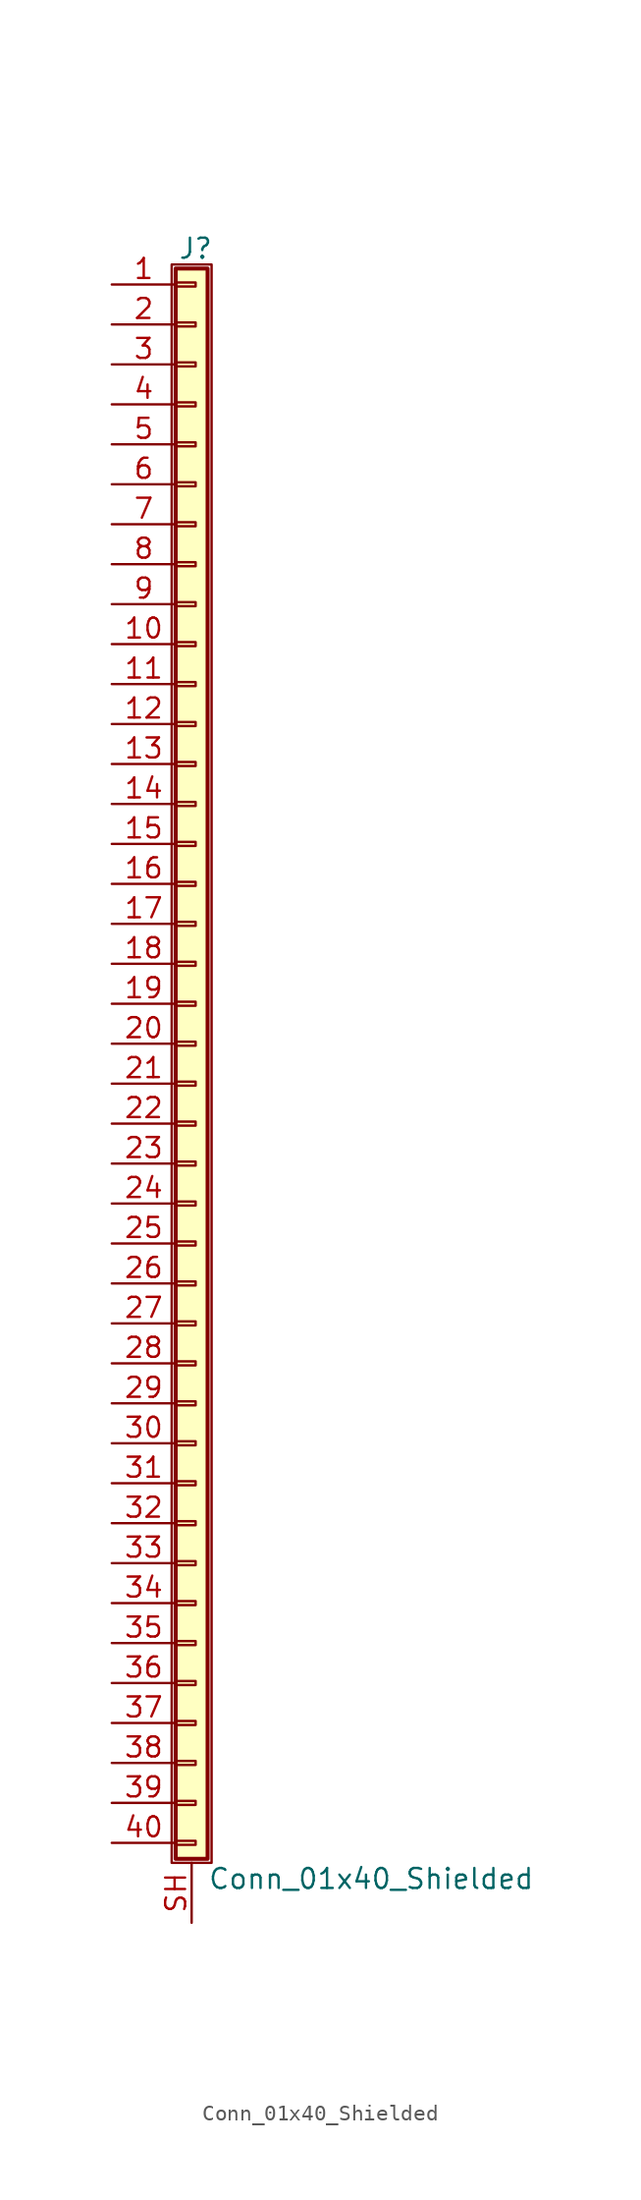
<source format=kicad_sym>
(kicad_symbol_lib
  (version 20211014)
  (generator kicad_symbol_editor)
  (symbol "Conn_01x40_Shielded"
    (pin_names
      (offset 1.016) hide)
    (property "Reference" "J"
      (at 0.254 50.546 0)
      (effects (font (size 1.27 1.27))))
    (property "Value" "Conn_01x40_Shielded"
      (at 1.016 -53.086 0)
      (effects (font (size 1.27 1.27)) (justify left)))
    (symbol "Conn_01x40_Shielded_1_1"
      (rectangle (start -1.27 49.53) (end 1.27 -52.07) (stroke (width 0.152) (type default) (color 0 0 0 0)) (fill (type none)))
      (rectangle (start -1.016 -50.673) (end 0.254 -50.927) (stroke (width 0.152) (type default) (color 0 0 0 0)) (fill (type none)))
      (rectangle (start -1.016 -48.133) (end 0.254 -48.387) (stroke (width 0.152) (type default) (color 0 0 0 0)) (fill (type none)))
      (rectangle (start -1.016 -45.593) (end 0.254 -45.847) (stroke (width 0.152) (type default) (color 0 0 0 0)) (fill (type none)))
      (rectangle (start -1.016 -43.053) (end 0.254 -43.307) (stroke (width 0.152) (type default) (color 0 0 0 0)) (fill (type none)))
      (rectangle (start -1.016 -40.513) (end 0.254 -40.767) (stroke (width 0.152) (type default) (color 0 0 0 0)) (fill (type none)))
      (rectangle (start -1.016 -37.973) (end 0.254 -38.227) (stroke (width 0.152) (type default) (color 0 0 0 0)) (fill (type none)))
      (rectangle (start -1.016 -35.433) (end 0.254 -35.687) (stroke (width 0.152) (type default) (color 0 0 0 0)) (fill (type none)))
      (rectangle (start -1.016 -32.893) (end 0.254 -33.147) (stroke (width 0.152) (type default) (color 0 0 0 0)) (fill (type none)))
      (rectangle (start -1.016 -30.353) (end 0.254 -30.607) (stroke (width 0.152) (type default) (color 0 0 0 0)) (fill (type none)))
      (rectangle (start -1.016 -27.813) (end 0.254 -28.067) (stroke (width 0.152) (type default) (color 0 0 0 0)) (fill (type none)))
      (rectangle (start -1.016 -25.273) (end 0.254 -25.527) (stroke (width 0.152) (type default) (color 0 0 0 0)) (fill (type none)))
      (rectangle (start -1.016 -22.733) (end 0.254 -22.987) (stroke (width 0.152) (type default) (color 0 0 0 0)) (fill (type none)))
      (rectangle (start -1.016 -20.193) (end 0.254 -20.447) (stroke (width 0.152) (type default) (color 0 0 0 0)) (fill (type none)))
      (rectangle (start -1.016 -17.653) (end 0.254 -17.907) (stroke (width 0.152) (type default) (color 0 0 0 0)) (fill (type none)))
      (rectangle (start -1.016 -15.113) (end 0.254 -15.367) (stroke (width 0.152) (type default) (color 0 0 0 0)) (fill (type none)))
      (rectangle (start -1.016 -12.573) (end 0.254 -12.827) (stroke (width 0.152) (type default) (color 0 0 0 0)) (fill (type none)))
      (rectangle (start -1.016 -10.033) (end 0.254 -10.287) (stroke (width 0.152) (type default) (color 0 0 0 0)) (fill (type none)))
      (rectangle (start -1.016 -7.493) (end 0.254 -7.747) (stroke (width 0.152) (type default) (color 0 0 0 0)) (fill (type none)))
      (rectangle (start -1.016 -4.953) (end 0.254 -5.207) (stroke (width 0.152) (type default) (color 0 0 0 0)) (fill (type none)))
      (rectangle (start -1.016 -2.413) (end 0.254 -2.667) (stroke (width 0.152) (type default) (color 0 0 0 0)) (fill (type none)))
      (rectangle (start -1.016 0.127) (end 0.254 -0.127) (stroke (width 0.152) (type default) (color 0 0 0 0)) (fill (type none)))
      (rectangle (start -1.016 2.667) (end 0.254 2.413) (stroke (width 0.152) (type default) (color 0 0 0 0)) (fill (type none)))
      (rectangle (start -1.016 5.207) (end 0.254 4.953) (stroke (width 0.152) (type default) (color 0 0 0 0)) (fill (type none)))
      (rectangle (start -1.016 7.747) (end 0.254 7.493) (stroke (width 0.152) (type default) (color 0 0 0 0)) (fill (type none)))
      (rectangle (start -1.016 10.287) (end 0.254 10.033) (stroke (width 0.152) (type default) (color 0 0 0 0)) (fill (type none)))
      (rectangle (start -1.016 12.827) (end 0.254 12.573) (stroke (width 0.152) (type default) (color 0 0 0 0)) (fill (type none)))
      (rectangle (start -1.016 15.367) (end 0.254 15.113) (stroke (width 0.152) (type default) (color 0 0 0 0)) (fill (type none)))
      (rectangle (start -1.016 17.907) (end 0.254 17.653) (stroke (width 0.152) (type default) (color 0 0 0 0)) (fill (type none)))
      (rectangle (start -1.016 20.447) (end 0.254 20.193) (stroke (width 0.152) (type default) (color 0 0 0 0)) (fill (type none)))
      (rectangle (start -1.016 22.987) (end 0.254 22.733) (stroke (width 0.152) (type default) (color 0 0 0 0)) (fill (type none)))
      (rectangle (start -1.016 25.527) (end 0.254 25.273) (stroke (width 0.152) (type default) (color 0 0 0 0)) (fill (type none)))
      (rectangle (start -1.016 28.067) (end 0.254 27.813) (stroke (width 0.152) (type default) (color 0 0 0 0)) (fill (type none)))
      (rectangle (start -1.016 30.607) (end 0.254 30.353) (stroke (width 0.152) (type default) (color 0 0 0 0)) (fill (type none)))
      (rectangle (start -1.016 33.147) (end 0.254 32.893) (stroke (width 0.152) (type default) (color 0 0 0 0)) (fill (type none)))
      (rectangle (start -1.016 35.687) (end 0.254 35.433) (stroke (width 0.152) (type default) (color 0 0 0 0)) (fill (type none)))
      (rectangle (start -1.016 38.227) (end 0.254 37.973) (stroke (width 0.152) (type default) (color 0 0 0 0)) (fill (type none)))
      (rectangle (start -1.016 40.767) (end 0.254 40.513) (stroke (width 0.152) (type default) (color 0 0 0 0)) (fill (type none)))
      (rectangle (start -1.016 43.307) (end 0.254 43.053) (stroke (width 0.152) (type default) (color 0 0 0 0)) (fill (type none)))
      (rectangle (start -1.016 45.847) (end 0.254 45.593) (stroke (width 0.152) (type default) (color 0 0 0 0)) (fill (type none)))
      (rectangle (start -1.016 48.387) (end 0.254 48.133) (stroke (width 0.152) (type default) (color 0 0 0 0)) (fill (type none)))
      (rectangle (start -1.016 49.276) (end 1.016 -51.816) (stroke (width 0.254) (type default) (color 0 0 0 0)) (fill (type background)))
      (pin passive line (at -5.08 48.26 0) (length 4.064) (name "Pin_1" (effects (font (size 1.27 1.27)))) (number "1" (effects (font (size 1.27 1.27)))))
      (pin passive line (at -5.08 25.4 0) (length 4.064) (name "Pin_10" (effects (font (size 1.27 1.27)))) (number "10" (effects (font (size 1.27 1.27)))))
      (pin passive line (at -5.08 22.86 0) (length 4.064) (name "Pin_11" (effects (font (size 1.27 1.27)))) (number "11" (effects (font (size 1.27 1.27)))))
      (pin passive line (at -5.08 20.32 0) (length 4.064) (name "Pin_12" (effects (font (size 1.27 1.27)))) (number "12" (effects (font (size 1.27 1.27)))))
      (pin passive line (at -5.08 17.78 0) (length 4.064) (name "Pin_13" (effects (font (size 1.27 1.27)))) (number "13" (effects (font (size 1.27 1.27)))))
      (pin passive line (at -5.08 15.24 0) (length 4.064) (name "Pin_14" (effects (font (size 1.27 1.27)))) (number "14" (effects (font (size 1.27 1.27)))))
      (pin passive line (at -5.08 12.7 0) (length 4.064) (name "Pin_15" (effects (font (size 1.27 1.27)))) (number "15" (effects (font (size 1.27 1.27)))))
      (pin passive line (at -5.08 10.16 0) (length 4.064) (name "Pin_16" (effects (font (size 1.27 1.27)))) (number "16" (effects (font (size 1.27 1.27)))))
      (pin passive line (at -5.08 7.62 0) (length 4.064) (name "Pin_17" (effects (font (size 1.27 1.27)))) (number "17" (effects (font (size 1.27 1.27)))))
      (pin passive line (at -5.08 5.08 0) (length 4.064) (name "Pin_18" (effects (font (size 1.27 1.27)))) (number "18" (effects (font (size 1.27 1.27)))))
      (pin passive line (at -5.08 2.54 0) (length 4.064) (name "Pin_19" (effects (font (size 1.27 1.27)))) (number "19" (effects (font (size 1.27 1.27)))))
      (pin passive line (at -5.08 45.72 0) (length 4.064) (name "Pin_2" (effects (font (size 1.27 1.27)))) (number "2" (effects (font (size 1.27 1.27)))))
      (pin passive line (at -5.08 0 0) (length 4.064) (name "Pin_20" (effects (font (size 1.27 1.27)))) (number "20" (effects (font (size 1.27 1.27)))))
      (pin passive line (at -5.08 -2.54 0) (length 4.064) (name "Pin_21" (effects (font (size 1.27 1.27)))) (number "21" (effects (font (size 1.27 1.27)))))
      (pin passive line (at -5.08 -5.08 0) (length 4.064) (name "Pin_22" (effects (font (size 1.27 1.27)))) (number "22" (effects (font (size 1.27 1.27)))))
      (pin passive line (at -5.08 -7.62 0) (length 4.064) (name "Pin_23" (effects (font (size 1.27 1.27)))) (number "23" (effects (font (size 1.27 1.27)))))
      (pin passive line (at -5.08 -10.16 0) (length 4.064) (name "Pin_24" (effects (font (size 1.27 1.27)))) (number "24" (effects (font (size 1.27 1.27)))))
      (pin passive line (at -5.08 -12.7 0) (length 4.064) (name "Pin_25" (effects (font (size 1.27 1.27)))) (number "25" (effects (font (size 1.27 1.27)))))
      (pin passive line (at -5.08 -15.24 0) (length 4.064) (name "Pin_26" (effects (font (size 1.27 1.27)))) (number "26" (effects (font (size 1.27 1.27)))))
      (pin passive line (at -5.08 -17.78 0) (length 4.064) (name "Pin_27" (effects (font (size 1.27 1.27)))) (number "27" (effects (font (size 1.27 1.27)))))
      (pin passive line (at -5.08 -20.32 0) (length 4.064) (name "Pin_28" (effects (font (size 1.27 1.27)))) (number "28" (effects (font (size 1.27 1.27)))))
      (pin passive line (at -5.08 -22.86 0) (length 4.064) (name "Pin_29" (effects (font (size 1.27 1.27)))) (number "29" (effects (font (size 1.27 1.27)))))
      (pin passive line (at -5.08 43.18 0) (length 4.064) (name "Pin_3" (effects (font (size 1.27 1.27)))) (number "3" (effects (font (size 1.27 1.27)))))
      (pin passive line (at -5.08 -25.4 0) (length 4.064) (name "Pin_30" (effects (font (size 1.27 1.27)))) (number "30" (effects (font (size 1.27 1.27)))))
      (pin passive line (at -5.08 -27.94 0) (length 4.064) (name "Pin_31" (effects (font (size 1.27 1.27)))) (number "31" (effects (font (size 1.27 1.27)))))
      (pin passive line (at -5.08 -30.48 0) (length 4.064) (name "Pin_32" (effects (font (size 1.27 1.27)))) (number "32" (effects (font (size 1.27 1.27)))))
      (pin passive line (at -5.08 -33.02 0) (length 4.064) (name "Pin_33" (effects (font (size 1.27 1.27)))) (number "33" (effects (font (size 1.27 1.27)))))
      (pin passive line (at -5.08 -35.56 0) (length 4.064) (name "Pin_34" (effects (font (size 1.27 1.27)))) (number "34" (effects (font (size 1.27 1.27)))))
      (pin passive line (at -5.08 -38.1 0) (length 4.064) (name "Pin_35" (effects (font (size 1.27 1.27)))) (number "35" (effects (font (size 1.27 1.27)))))
      (pin passive line (at -5.08 -40.64 0) (length 4.064) (name "Pin_36" (effects (font (size 1.27 1.27)))) (number "36" (effects (font (size 1.27 1.27)))))
      (pin passive line (at -5.08 -43.18 0) (length 4.064) (name "Pin_37" (effects (font (size 1.27 1.27)))) (number "37" (effects (font (size 1.27 1.27)))))
      (pin passive line (at -5.08 -45.72 0) (length 4.064) (name "Pin_38" (effects (font (size 1.27 1.27)))) (number "38" (effects (font (size 1.27 1.27)))))
      (pin passive line (at -5.08 -48.26 0) (length 4.064) (name "Pin_39" (effects (font (size 1.27 1.27)))) (number "39" (effects (font (size 1.27 1.27)))))
      (pin passive line (at -5.08 40.64 0) (length 4.064) (name "Pin_4" (effects (font (size 1.27 1.27)))) (number "4" (effects (font (size 1.27 1.27)))))
      (pin passive line (at -5.08 -50.8 0) (length 4.064) (name "Pin_40" (effects (font (size 1.27 1.27)))) (number "40" (effects (font (size 1.27 1.27)))))
      (pin passive line (at -5.08 38.1 0) (length 4.064) (name "Pin_5" (effects (font (size 1.27 1.27)))) (number "5" (effects (font (size 1.27 1.27)))))
      (pin passive line (at -5.08 35.56 0) (length 4.064) (name "Pin_6" (effects (font (size 1.27 1.27)))) (number "6" (effects (font (size 1.27 1.27)))))
      (pin passive line (at -5.08 33.02 0) (length 4.064) (name "Pin_7" (effects (font (size 1.27 1.27)))) (number "7" (effects (font (size 1.27 1.27)))))
      (pin passive line (at -5.08 30.48 0) (length 4.064) (name "Pin_8" (effects (font (size 1.27 1.27)))) (number "8" (effects (font (size 1.27 1.27)))))
      (pin passive line (at -5.08 27.94 0) (length 4.064) (name "Pin_9" (effects (font (size 1.27 1.27)))) (number "9" (effects (font (size 1.27 1.27)))))
      (pin passive line (at 0 -55.88 90) (length 3.81) (name "Shield" (effects (font (size 1.27 1.27)))) (number "SH" (effects (font (size 1.27 1.27))))))))
</source>
